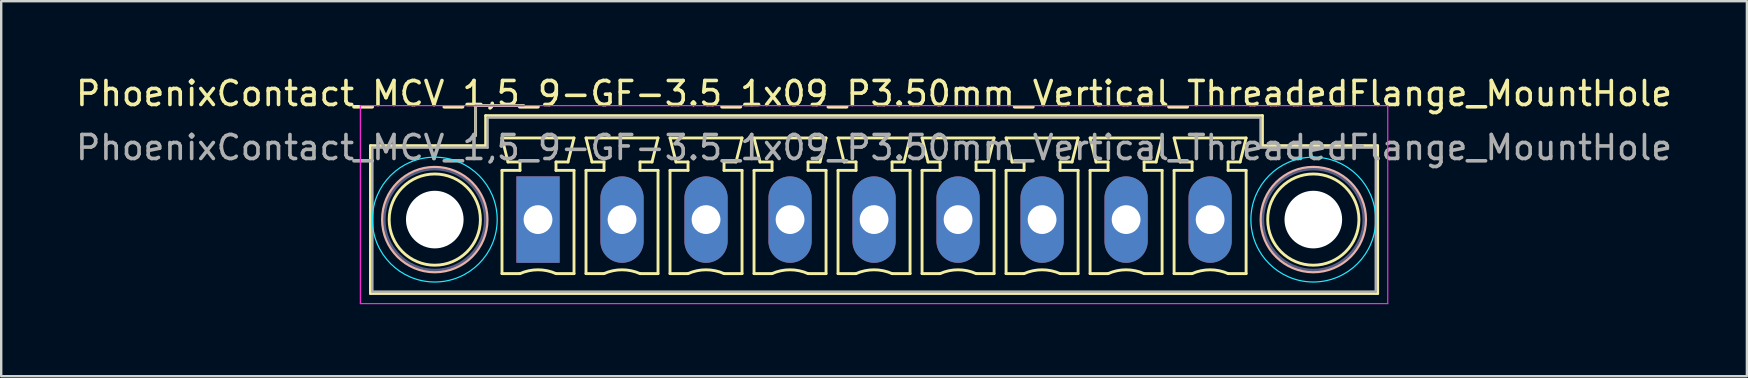
<source format=kicad_pcb>
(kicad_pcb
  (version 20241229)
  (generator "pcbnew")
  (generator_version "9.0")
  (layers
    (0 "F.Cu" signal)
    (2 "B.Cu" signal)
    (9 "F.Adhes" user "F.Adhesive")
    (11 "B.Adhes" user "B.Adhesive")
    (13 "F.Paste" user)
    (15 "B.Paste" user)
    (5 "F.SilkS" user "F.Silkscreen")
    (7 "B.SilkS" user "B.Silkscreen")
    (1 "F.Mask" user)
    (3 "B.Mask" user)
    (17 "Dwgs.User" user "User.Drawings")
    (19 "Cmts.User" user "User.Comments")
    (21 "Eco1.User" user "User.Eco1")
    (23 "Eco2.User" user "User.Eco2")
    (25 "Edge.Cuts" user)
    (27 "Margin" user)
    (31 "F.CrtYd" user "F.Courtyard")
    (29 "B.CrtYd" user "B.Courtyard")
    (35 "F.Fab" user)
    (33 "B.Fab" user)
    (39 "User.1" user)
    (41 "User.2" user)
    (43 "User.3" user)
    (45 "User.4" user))
  (footprint "PhoenixContact_MCV_1,5_9-GF-3.5_1x09_P3.50mm_Vertical_ThreadedFlange_MountHole"
    (layer "F.Cu")
    (at 19.363 6.098)
    (property "Reference" "PhoenixContact_MCV_1,5_9-GF-3.5_1x09_P3.50mm_Vertical_ThreadedFlange_MountHole" (at 14 -5.25 0) (layer "F.SilkS") (effects (font (size 1 1) (thickness 0.15))))
    (attr through_hole)
    (fp_line (start -6.98 -3.08) (end -6.98 3.08) (stroke (width 0.12) (type solid)) (layer "F.SilkS"))
    (fp_line (start -6.98 3.08) (end 34.98 3.08) (stroke (width 0.12) (type solid)) (layer "F.SilkS"))
    (fp_line (start -2.6 -4.75) (end -0.6 -4.75) (stroke (width 0.12) (type solid)) (layer "F.SilkS"))
    (fp_line (start -2.6 -3.5) (end -2.6 -4.75) (stroke (width 0.12) (type solid)) (layer "F.SilkS"))
    (fp_line (start -2.18 -4.33) (end -2.18 -3.08) (stroke (width 0.12) (type solid)) (layer "F.SilkS"))
    (fp_line (start -2.18 -3.08) (end -6.98 -3.08) (stroke (width 0.12) (type solid)) (layer "F.SilkS"))
    (fp_line (start -1.5 -3.4) (end 1.5 -3.4) (stroke (width 0.12) (type solid)) (layer "F.SilkS"))
    (fp_line (start -1.5 -2.05) (end -0.75 -2.05) (stroke (width 0.12) (type solid)) (layer "F.SilkS"))
    (fp_line (start -1.5 2.25) (end -1.5 -2.05) (stroke (width 0.12) (type solid)) (layer "F.SilkS"))
    (fp_line (start -1.25 -2.4) (end -1.5 -3.4) (stroke (width 0.12) (type solid)) (layer "F.SilkS"))
    (fp_line (start -0.75 -2.4) (end -1.25 -2.4) (stroke (width 0.12) (type solid)) (layer "F.SilkS"))
    (fp_line (start -0.75 -2.05) (end -0.75 -2.4) (stroke (width 0.12) (type solid)) (layer "F.SilkS"))
    (fp_line (start -0.75 2.25) (end -1.5 2.25) (stroke (width 0.12) (type solid)) (layer "F.SilkS"))
    (fp_line (start 0.75 -2.4) (end 0.75 -2.05) (stroke (width 0.12) (type solid)) (layer "F.SilkS"))
    (fp_line (start 0.75 -2.05) (end 1.5 -2.05) (stroke (width 0.12) (type solid)) (layer "F.SilkS"))
    (fp_line (start 1.25 -2.4) (end 0.75 -2.4) (stroke (width 0.12) (type solid)) (layer "F.SilkS"))
    (fp_line (start 1.5 -3.4) (end 1.25 -2.4) (stroke (width 0.12) (type solid)) (layer "F.SilkS"))
    (fp_line (start 1.5 -2.05) (end 1.5 2.25) (stroke (width 0.12) (type solid)) (layer "F.SilkS"))
    (fp_line (start 1.5 2.25) (end 0.75 2.25) (stroke (width 0.12) (type solid)) (layer "F.SilkS"))
    (fp_line (start 2 -3.4) (end 5 -3.4) (stroke (width 0.12) (type solid)) (layer "F.SilkS"))
    (fp_line (start 2 -2.05) (end 2.75 -2.05) (stroke (width 0.12) (type solid)) (layer "F.SilkS"))
    (fp_line (start 2 2.25) (end 2 -2.05) (stroke (width 0.12) (type solid)) (layer "F.SilkS"))
    (fp_line (start 2.25 -2.4) (end 2 -3.4) (stroke (width 0.12) (type solid)) (layer "F.SilkS"))
    (fp_line (start 2.75 -2.4) (end 2.25 -2.4) (stroke (width 0.12) (type solid)) (layer "F.SilkS"))
    (fp_line (start 2.75 -2.05) (end 2.75 -2.4) (stroke (width 0.12) (type solid)) (layer "F.SilkS"))
    (fp_line (start 2.75 2.25) (end 2 2.25) (stroke (width 0.12) (type solid)) (layer "F.SilkS"))
    (fp_line (start 4.25 -2.4) (end 4.25 -2.05) (stroke (width 0.12) (type solid)) (layer "F.SilkS"))
    (fp_line (start 4.25 -2.05) (end 5 -2.05) (stroke (width 0.12) (type solid)) (layer "F.SilkS"))
    (fp_line (start 4.75 -2.4) (end 4.25 -2.4) (stroke (width 0.12) (type solid)) (layer "F.SilkS"))
    (fp_line (start 5 -3.4) (end 4.75 -2.4) (stroke (width 0.12) (type solid)) (layer "F.SilkS"))
    (fp_line (start 5 -2.05) (end 5 2.25) (stroke (width 0.12) (type solid)) (layer "F.SilkS"))
    (fp_line (start 5 2.25) (end 4.25 2.25) (stroke (width 0.12) (type solid)) (layer "F.SilkS"))
    (fp_line (start 5.5 -3.4) (end 8.5 -3.4) (stroke (width 0.12) (type solid)) (layer "F.SilkS"))
    (fp_line (start 5.5 -2.05) (end 6.25 -2.05) (stroke (width 0.12) (type solid)) (layer "F.SilkS"))
    (fp_line (start 5.5 2.25) (end 5.5 -2.05) (stroke (width 0.12) (type solid)) (layer "F.SilkS"))
    (fp_line (start 5.75 -2.4) (end 5.5 -3.4) (stroke (width 0.12) (type solid)) (layer "F.SilkS"))
    (fp_line (start 6.25 -2.4) (end 5.75 -2.4) (stroke (width 0.12) (type solid)) (layer "F.SilkS"))
    (fp_line (start 6.25 -2.05) (end 6.25 -2.4) (stroke (width 0.12) (type solid)) (layer "F.SilkS"))
    (fp_line (start 6.25 2.25) (end 5.5 2.25) (stroke (width 0.12) (type solid)) (layer "F.SilkS"))
    (fp_line (start 7.75 -2.4) (end 7.75 -2.05) (stroke (width 0.12) (type solid)) (layer "F.SilkS"))
    (fp_line (start 7.75 -2.05) (end 8.5 -2.05) (stroke (width 0.12) (type solid)) (layer "F.SilkS"))
    (fp_line (start 8.25 -2.4) (end 7.75 -2.4) (stroke (width 0.12) (type solid)) (layer "F.SilkS"))
    (fp_line (start 8.5 -3.4) (end 8.25 -2.4) (stroke (width 0.12) (type solid)) (layer "F.SilkS"))
    (fp_line (start 8.5 -2.05) (end 8.5 2.25) (stroke (width 0.12) (type solid)) (layer "F.SilkS"))
    (fp_line (start 8.5 2.25) (end 7.75 2.25) (stroke (width 0.12) (type solid)) (layer "F.SilkS"))
    (fp_line (start 9 -3.4) (end 12 -3.4) (stroke (width 0.12) (type solid)) (layer "F.SilkS"))
    (fp_line (start 9 -2.05) (end 9.75 -2.05) (stroke (width 0.12) (type solid)) (layer "F.SilkS"))
    (fp_line (start 9 2.25) (end 9 -2.05) (stroke (width 0.12) (type solid)) (layer "F.SilkS"))
    (fp_line (start 9.25 -2.4) (end 9 -3.4) (stroke (width 0.12) (type solid)) (layer "F.SilkS"))
    (fp_line (start 9.75 -2.4) (end 9.25 -2.4) (stroke (width 0.12) (type solid)) (layer "F.SilkS"))
    (fp_line (start 9.75 -2.05) (end 9.75 -2.4) (stroke (width 0.12) (type solid)) (layer "F.SilkS"))
    (fp_line (start 9.75 2.25) (end 9 2.25) (stroke (width 0.12) (type solid)) (layer "F.SilkS"))
    (fp_line (start 11.25 -2.4) (end 11.25 -2.05) (stroke (width 0.12) (type solid)) (layer "F.SilkS"))
    (fp_line (start 11.25 -2.05) (end 12 -2.05) (stroke (width 0.12) (type solid)) (layer "F.SilkS"))
    (fp_line (start 11.75 -2.4) (end 11.25 -2.4) (stroke (width 0.12) (type solid)) (layer "F.SilkS"))
    (fp_line (start 12 -3.4) (end 11.75 -2.4) (stroke (width 0.12) (type solid)) (layer "F.SilkS"))
    (fp_line (start 12 -2.05) (end 12 2.25) (stroke (width 0.12) (type solid)) (layer "F.SilkS"))
    (fp_line (start 12 2.25) (end 11.25 2.25) (stroke (width 0.12) (type solid)) (layer "F.SilkS"))
    (fp_line (start 12.5 -3.4) (end 15.5 -3.4) (stroke (width 0.12) (type solid)) (layer "F.SilkS"))
    (fp_line (start 12.5 -2.05) (end 13.25 -2.05) (stroke (width 0.12) (type solid)) (layer "F.SilkS"))
    (fp_line (start 12.5 2.25) (end 12.5 -2.05) (stroke (width 0.12) (type solid)) (layer "F.SilkS"))
    (fp_line (start 12.75 -2.4) (end 12.5 -3.4) (stroke (width 0.12) (type solid)) (layer "F.SilkS"))
    (fp_line (start 13.25 -2.4) (end 12.75 -2.4) (stroke (width 0.12) (type solid)) (layer "F.SilkS"))
    (fp_line (start 13.25 -2.05) (end 13.25 -2.4) (stroke (width 0.12) (type solid)) (layer "F.SilkS"))
    (fp_line (start 13.25 2.25) (end 12.5 2.25) (stroke (width 0.12) (type solid)) (layer "F.SilkS"))
    (fp_line (start 14.75 -2.4) (end 14.75 -2.05) (stroke (width 0.12) (type solid)) (layer "F.SilkS"))
    (fp_line (start 14.75 -2.05) (end 15.5 -2.05) (stroke (width 0.12) (type solid)) (layer "F.SilkS"))
    (fp_line (start 15.25 -2.4) (end 14.75 -2.4) (stroke (width 0.12) (type solid)) (layer "F.SilkS"))
    (fp_line (start 15.5 -3.4) (end 15.25 -2.4) (stroke (width 0.12) (type solid)) (layer "F.SilkS"))
    (fp_line (start 15.5 -2.05) (end 15.5 2.25) (stroke (width 0.12) (type solid)) (layer "F.SilkS"))
    (fp_line (start 15.5 2.25) (end 14.75 2.25) (stroke (width 0.12) (type solid)) (layer "F.SilkS"))
    (fp_line (start 16 -3.4) (end 19 -3.4) (stroke (width 0.12) (type solid)) (layer "F.SilkS"))
    (fp_line (start 16 -2.05) (end 16.75 -2.05) (stroke (width 0.12) (type solid)) (layer "F.SilkS"))
    (fp_line (start 16 2.25) (end 16 -2.05) (stroke (width 0.12) (type solid)) (layer "F.SilkS"))
    (fp_line (start 16.25 -2.4) (end 16 -3.4) (stroke (width 0.12) (type solid)) (layer "F.SilkS"))
    (fp_line (start 16.75 -2.4) (end 16.25 -2.4) (stroke (width 0.12) (type solid)) (layer "F.SilkS"))
    (fp_line (start 16.75 -2.05) (end 16.75 -2.4) (stroke (width 0.12) (type solid)) (layer "F.SilkS"))
    (fp_line (start 16.75 2.25) (end 16 2.25) (stroke (width 0.12) (type solid)) (layer "F.SilkS"))
    (fp_line (start 18.25 -2.4) (end 18.25 -2.05) (stroke (width 0.12) (type solid)) (layer "F.SilkS"))
    (fp_line (start 18.25 -2.05) (end 19 -2.05) (stroke (width 0.12) (type solid)) (layer "F.SilkS"))
    (fp_line (start 18.75 -2.4) (end 18.25 -2.4) (stroke (width 0.12) (type solid)) (layer "F.SilkS"))
    (fp_line (start 19 -3.4) (end 18.75 -2.4) (stroke (width 0.12) (type solid)) (layer "F.SilkS"))
    (fp_line (start 19 -2.05) (end 19 2.25) (stroke (width 0.12) (type solid)) (layer "F.SilkS"))
    (fp_line (start 19 2.25) (end 18.25 2.25) (stroke (width 0.12) (type solid)) (layer "F.SilkS"))
    (fp_line (start 19.5 -3.4) (end 22.5 -3.4) (stroke (width 0.12) (type solid)) (layer "F.SilkS"))
    (fp_line (start 19.5 -2.05) (end 20.25 -2.05) (stroke (width 0.12) (type solid)) (layer "F.SilkS"))
    (fp_line (start 19.5 2.25) (end 19.5 -2.05) (stroke (width 0.12) (type solid)) (layer "F.SilkS"))
    (fp_line (start 19.75 -2.4) (end 19.5 -3.4) (stroke (width 0.12) (type solid)) (layer "F.SilkS"))
    (fp_line (start 20.25 -2.4) (end 19.75 -2.4) (stroke (width 0.12) (type solid)) (layer "F.SilkS"))
    (fp_line (start 20.25 -2.05) (end 20.25 -2.4) (stroke (width 0.12) (type solid)) (layer "F.SilkS"))
    (fp_line (start 20.25 2.25) (end 19.5 2.25) (stroke (width 0.12) (type solid)) (layer "F.SilkS"))
    (fp_line (start 21.75 -2.4) (end 21.75 -2.05) (stroke (width 0.12) (type solid)) (layer "F.SilkS"))
    (fp_line (start 21.75 -2.05) (end 22.5 -2.05) (stroke (width 0.12) (type solid)) (layer "F.SilkS"))
    (fp_line (start 22.25 -2.4) (end 21.75 -2.4) (stroke (width 0.12) (type solid)) (layer "F.SilkS"))
    (fp_line (start 22.5 -3.4) (end 22.25 -2.4) (stroke (width 0.12) (type solid)) (layer "F.SilkS"))
    (fp_line (start 22.5 -2.05) (end 22.5 2.25) (stroke (width 0.12) (type solid)) (layer "F.SilkS"))
    (fp_line (start 22.5 2.25) (end 21.75 2.25) (stroke (width 0.12) (type solid)) (layer "F.SilkS"))
    (fp_line (start 23 -3.4) (end 26 -3.4) (stroke (width 0.12) (type solid)) (layer "F.SilkS"))
    (fp_line (start 23 -2.05) (end 23.75 -2.05) (stroke (width 0.12) (type solid)) (layer "F.SilkS"))
    (fp_line (start 23 2.25) (end 23 -2.05) (stroke (width 0.12) (type solid)) (layer "F.SilkS"))
    (fp_line (start 23.25 -2.4) (end 23 -3.4) (stroke (width 0.12) (type solid)) (layer "F.SilkS"))
    (fp_line (start 23.75 -2.4) (end 23.25 -2.4) (stroke (width 0.12) (type solid)) (layer "F.SilkS"))
    (fp_line (start 23.75 -2.05) (end 23.75 -2.4) (stroke (width 0.12) (type solid)) (layer "F.SilkS"))
    (fp_line (start 23.75 2.25) (end 23 2.25) (stroke (width 0.12) (type solid)) (layer "F.SilkS"))
    (fp_line (start 25.25 -2.4) (end 25.25 -2.05) (stroke (width 0.12) (type solid)) (layer "F.SilkS"))
    (fp_line (start 25.25 -2.05) (end 26 -2.05) (stroke (width 0.12) (type solid)) (layer "F.SilkS"))
    (fp_line (start 25.75 -2.4) (end 25.25 -2.4) (stroke (width 0.12) (type solid)) (layer "F.SilkS"))
    (fp_line (start 26 -3.4) (end 25.75 -2.4) (stroke (width 0.12) (type solid)) (layer "F.SilkS"))
    (fp_line (start 26 -2.05) (end 26 2.25) (stroke (width 0.12) (type solid)) (layer "F.SilkS"))
    (fp_line (start 26 2.25) (end 25.25 2.25) (stroke (width 0.12) (type solid)) (layer "F.SilkS"))
    (fp_line (start 26.5 -3.4) (end 29.5 -3.4) (stroke (width 0.12) (type solid)) (layer "F.SilkS"))
    (fp_line (start 26.5 -2.05) (end 27.25 -2.05) (stroke (width 0.12) (type solid)) (layer "F.SilkS"))
    (fp_line (start 26.5 2.25) (end 26.5 -2.05) (stroke (width 0.12) (type solid)) (layer "F.SilkS"))
    (fp_line (start 26.75 -2.4) (end 26.5 -3.4) (stroke (width 0.12) (type solid)) (layer "F.SilkS"))
    (fp_line (start 27.25 -2.4) (end 26.75 -2.4) (stroke (width 0.12) (type solid)) (layer "F.SilkS"))
    (fp_line (start 27.25 -2.05) (end 27.25 -2.4) (stroke (width 0.12) (type solid)) (layer "F.SilkS"))
    (fp_line (start 27.25 2.25) (end 26.5 2.25) (stroke (width 0.12) (type solid)) (layer "F.SilkS"))
    (fp_line (start 28.75 -2.4) (end 28.75 -2.05) (stroke (width 0.12) (type solid)) (layer "F.SilkS"))
    (fp_line (start 28.75 -2.05) (end 29.5 -2.05) (stroke (width 0.12) (type solid)) (layer "F.SilkS"))
    (fp_line (start 29.25 -2.4) (end 28.75 -2.4) (stroke (width 0.12) (type solid)) (layer "F.SilkS"))
    (fp_line (start 29.5 -3.4) (end 29.25 -2.4) (stroke (width 0.12) (type solid)) (layer "F.SilkS"))
    (fp_line (start 29.5 -2.05) (end 29.5 2.25) (stroke (width 0.12) (type solid)) (layer "F.SilkS"))
    (fp_line (start 29.5 2.25) (end 28.75 2.25) (stroke (width 0.12) (type solid)) (layer "F.SilkS"))
    (fp_line (start 30.18 -4.33) (end -2.18 -4.33) (stroke (width 0.12) (type solid)) (layer "F.SilkS"))
    (fp_line (start 30.18 -3.08) (end 30.18 -4.33) (stroke (width 0.12) (type solid)) (layer "F.SilkS"))
    (fp_line (start 34.98 -3.08) (end 30.18 -3.08) (stroke (width 0.12) (type solid)) (layer "F.SilkS"))
    (fp_line (start 34.98 3.08) (end 34.98 -3.08) (stroke (width 0.12) (type solid)) (layer "F.SilkS"))
    (fp_arc (start -0.75 2.25) (mid -0.000193 2.09191) (end 0.749647 2.249844) (stroke (width 0.12) (type solid)) (layer "F.SilkS"))
    (fp_arc (start 2.75 2.25) (mid 3.499807 2.09191) (end 4.249647 2.249844) (stroke (width 0.12) (type solid)) (layer "F.SilkS"))
    (fp_arc (start 6.25 2.25) (mid 6.999807 2.09191) (end 7.749647 2.249844) (stroke (width 0.12) (type solid)) (layer "F.SilkS"))
    (fp_arc (start 9.75 2.25) (mid 10.499807 2.09191) (end 11.249647 2.249844) (stroke (width 0.12) (type solid)) (layer "F.SilkS"))
    (fp_arc (start 13.25 2.25) (mid 13.999807 2.09191) (end 14.749647 2.249844) (stroke (width 0.12) (type solid)) (layer "F.SilkS"))
    (fp_arc (start 16.75 2.25) (mid 17.499807 2.09191) (end 18.249647 2.249844) (stroke (width 0.12) (type solid)) (layer "F.SilkS"))
    (fp_arc (start 20.25 2.25) (mid 20.999807 2.09191) (end 21.749647 2.249844) (stroke (width 0.12) (type solid)) (layer "F.SilkS"))
    (fp_arc (start 23.75 2.25) (mid 24.499807 2.09191) (end 25.249647 2.249844) (stroke (width 0.12) (type solid)) (layer "F.SilkS"))
    (fp_arc (start 27.25 2.25) (mid 27.999807 2.09191) (end 28.749647 2.249844) (stroke (width 0.12) (type solid)) (layer "F.SilkS"))
    (fp_circle (center -4.3 0) (end -2.4 0) (stroke (width 0.12) (type solid)) (fill no) (layer "F.SilkS"))
    (fp_circle (center 32.3 0) (end 34.2 0) (stroke (width 0.12) (type solid)) (fill no) (layer "F.SilkS"))
    (fp_circle (center -4.3 0) (end -2.12 0) (stroke (width 0.12) (type solid)) (fill no) (layer "B.SilkS"))
    (fp_circle (center 32.3 0) (end 34.48 0) (stroke (width 0.12) (type solid)) (fill no) (layer "B.SilkS"))
    (fp_circle (center -4.3 0) (end -1.7 0) (stroke (width 0.05) (type solid)) (fill no) (layer "B.CrtYd"))
    (fp_circle (center 32.3 0) (end 34.9 0) (stroke (width 0.05) (type solid)) (fill no) (layer "B.CrtYd"))
    (fp_line (start -7.4 -4.75) (end -7.4 3.5) (stroke (width 0.05) (type solid)) (layer "F.CrtYd"))
    (fp_line (start -7.4 3.5) (end 35.4 3.5) (stroke (width 0.05) (type solid)) (layer "F.CrtYd"))
    (fp_line (start 35.4 -4.75) (end -7.4 -4.75) (stroke (width 0.05) (type solid)) (layer "F.CrtYd"))
    (fp_line (start 35.4 3.5) (end 35.4 -4.75) (stroke (width 0.05) (type solid)) (layer "F.CrtYd"))
    (fp_circle (center -4.3 0) (end -2.2 0) (stroke (width 0.1) (type solid)) (fill no) (layer "B.Fab"))
    (fp_circle (center 32.3 0) (end 34.4 0) (stroke (width 0.1) (type solid)) (fill no) (layer "B.Fab"))
    (fp_line (start -6.9 -3) (end -6.9 3) (stroke (width 0.1) (type solid)) (layer "F.Fab"))
    (fp_line (start -6.9 3) (end 34.9 3) (stroke (width 0.1) (type solid)) (layer "F.Fab"))
    (fp_line (start -2.6 -4.75) (end -0.6 -4.75) (stroke (width 0.1) (type solid)) (layer "F.Fab"))
    (fp_line (start -2.6 -3.5) (end -2.6 -4.75) (stroke (width 0.1) (type solid)) (layer "F.Fab"))
    (fp_line (start -2.1 -4.25) (end -2.1 -3) (stroke (width 0.1) (type solid)) (layer "F.Fab"))
    (fp_line (start -2.1 -3) (end -6.9 -3) (stroke (width 0.1) (type solid)) (layer "F.Fab"))
    (fp_line (start 30.1 -4.25) (end -2.1 -4.25) (stroke (width 0.1) (type solid)) (layer "F.Fab"))
    (fp_line (start 30.1 -3) (end 30.1 -4.25) (stroke (width 0.1) (type solid)) (layer "F.Fab"))
    (fp_line (start 34.9 -3) (end 30.1 -3) (stroke (width 0.1) (type solid)) (layer "F.Fab"))
    (fp_line (start 34.9 3) (end 34.9 -3) (stroke (width 0.1) (type solid)) (layer "F.Fab"))
    (fp_text user "${REFERENCE}" (at 14 -3 0) (layer "F.Fab") (effects (font (size 1 1) (thickness 0.15))))
    (pad "" np_thru_hole circle (at -4.3 0) (size 2.4 2.4) (drill 2.4) (layers "*.Cu" "*.Mask"))
    (pad "" np_thru_hole circle (at 32.3 0) (size 2.4 2.4) (drill 2.4) (layers "*.Cu" "*.Mask"))
    (pad "1" thru_hole rect (at 0 0) (size 1.8 3.6) (drill 1.2) (layers "*.Cu" "*.Mask"))
    (pad "2" thru_hole oval (at 3.5 0) (size 1.8 3.6) (drill 1.2) (layers "*.Cu" "*.Mask"))
    (pad "3" thru_hole oval (at 7 0) (size 1.8 3.6) (drill 1.2) (layers "*.Cu" "*.Mask"))
    (pad "4" thru_hole oval (at 10.5 0) (size 1.8 3.6) (drill 1.2) (layers "*.Cu" "*.Mask"))
    (pad "5" thru_hole oval (at 14 0) (size 1.8 3.6) (drill 1.2) (layers "*.Cu" "*.Mask"))
    (pad "6" thru_hole oval (at 17.5 0) (size 1.8 3.6) (drill 1.2) (layers "*.Cu" "*.Mask"))
    (pad "7" thru_hole oval (at 21 0) (size 1.8 3.6) (drill 1.2) (layers "*.Cu" "*.Mask"))
    (pad "8" thru_hole oval (at 24.5 0) (size 1.8 3.6) (drill 1.2) (layers "*.Cu" "*.Mask"))
    (pad "9" thru_hole oval (at 28 0) (size 1.8 3.6) (drill 1.2) (layers "*.Cu" "*.Mask")))
  (gr_rect
    (start -3 -3)
    (end 69.726 12.623)
    (stroke (width 0.1) (type default))
    (fill no)
    (layer "Edge.Cuts")))
</source>
